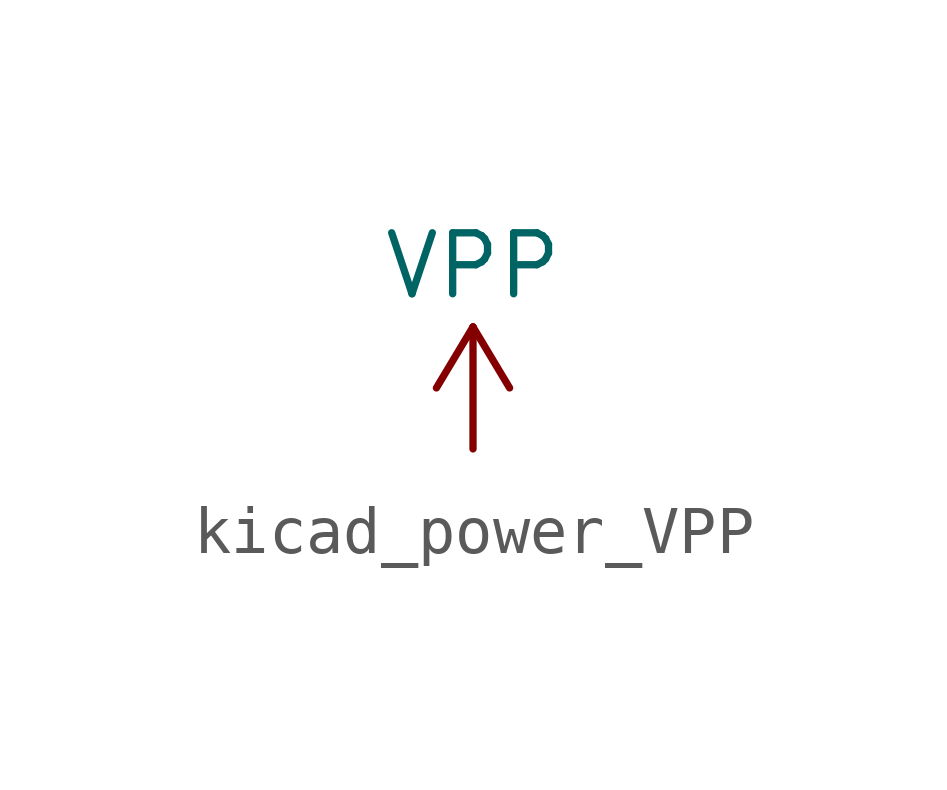
<source format=kicad_sym>
(kicad_symbol_lib
  (version 20220914)
  (generator kicad_symbol_editor)
  (symbol "kicad_power_VPP"
    (power)
    (pin_names
      (offset 0))
    (property "Reference" "#PWR"
      (at 0 -3.81 0)
      (effects (font (size 1.27 1.27)) hide))
    (property "Value" "VPP"
      (at 0 3.81 0)
      (effects (font (size 1.27 1.27))))
    (symbol "kicad_power_VPP_0_1"
      (polyline (pts (xy -0.762 1.27) (xy 0 2.54)) (stroke (width 0) (type default)) (fill (type none)))
      (polyline (pts (xy 0 0) (xy 0 2.54)) (stroke (width 0) (type default)) (fill (type none)))
      (polyline (pts (xy 0 2.54) (xy 0.762 1.27)) (stroke (width 0) (type default)) (fill (type none))))
    (symbol "kicad_power_VPP_1_1"
      (pin power_in line (at 0 0 90) (length 0) hide (name "VPP" (effects (font (size 1.27 1.27)))) (number "1" (effects (font (size 1.27 1.27))))))))
</source>
